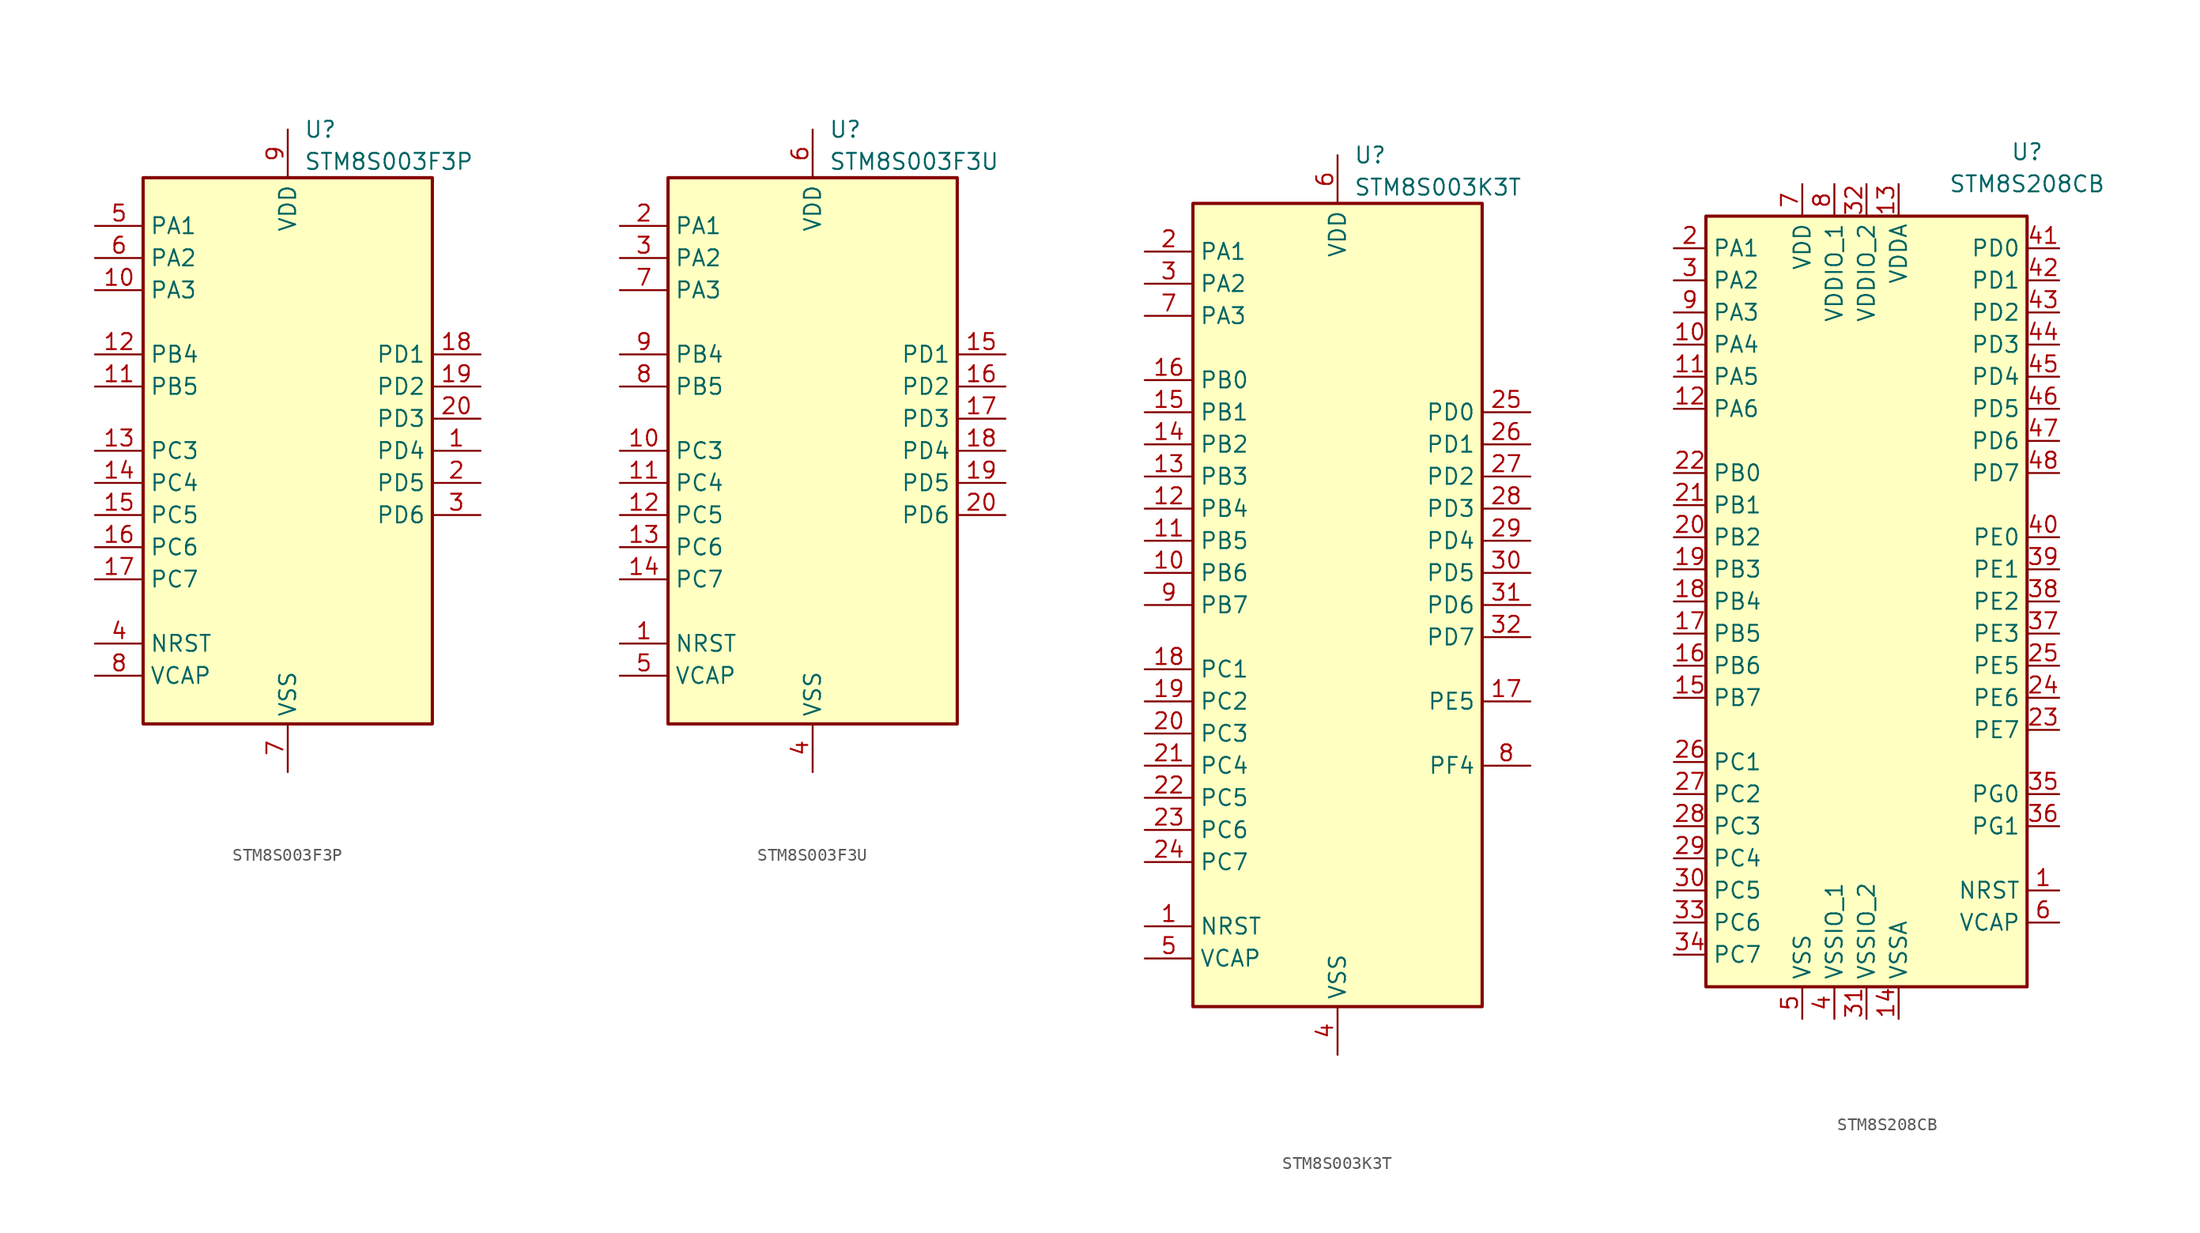
<source format=kicad_sym>
(kicad_symbol_lib
  (version 20201005)
  (generator kicad_symbol_editor)
  (symbol "MCU_ST_STM8:STM8S003F3P"
    (property "Reference" "U"
      (at 1.27 25.4 0)
      (effects (font (size 1.27 1.27)) (justify left)))
    (property "Value" "STM8S003F3P"
      (at 1.27 22.86 0)
      (effects (font (size 1.27 1.27)) (justify left)))
    (symbol "STM8S003F3P_0_1"
      (rectangle (start -11.43 21.59) (end 11.43 -21.59) (stroke (width 0.254)) (fill (type background))))
    (symbol "STM8S003F3P_1_1"
      (pin bidirectional line (at 15.24 0 180) (length 3.81) (name "PD4" (effects (font (size 1.27 1.27)))) (number "1" (effects (font (size 1.27 1.27)))))
      (pin bidirectional line (at -15.24 12.7 0) (length 3.81) (name "PA3" (effects (font (size 1.27 1.27)))) (number "10" (effects (font (size 1.27 1.27)))))
      (pin bidirectional line (at -15.24 5.08 0) (length 3.81) (name "PB5" (effects (font (size 1.27 1.27)))) (number "11" (effects (font (size 1.27 1.27)))))
      (pin bidirectional line (at -15.24 7.62 0) (length 3.81) (name "PB4" (effects (font (size 1.27 1.27)))) (number "12" (effects (font (size 1.27 1.27)))))
      (pin bidirectional line (at -15.24 0 0) (length 3.81) (name "PC3" (effects (font (size 1.27 1.27)))) (number "13" (effects (font (size 1.27 1.27)))))
      (pin bidirectional line (at -15.24 -2.54 0) (length 3.81) (name "PC4" (effects (font (size 1.27 1.27)))) (number "14" (effects (font (size 1.27 1.27)))))
      (pin bidirectional line (at -15.24 -5.08 0) (length 3.81) (name "PC5" (effects (font (size 1.27 1.27)))) (number "15" (effects (font (size 1.27 1.27)))))
      (pin bidirectional line (at -15.24 -7.62 0) (length 3.81) (name "PC6" (effects (font (size 1.27 1.27)))) (number "16" (effects (font (size 1.27 1.27)))))
      (pin bidirectional line (at -15.24 -10.16 0) (length 3.81) (name "PC7" (effects (font (size 1.27 1.27)))) (number "17" (effects (font (size 1.27 1.27)))))
      (pin bidirectional line (at 15.24 7.62 180) (length 3.81) (name "PD1" (effects (font (size 1.27 1.27)))) (number "18" (effects (font (size 1.27 1.27)))))
      (pin bidirectional line (at 15.24 5.08 180) (length 3.81) (name "PD2" (effects (font (size 1.27 1.27)))) (number "19" (effects (font (size 1.27 1.27)))))
      (pin bidirectional line (at 15.24 -2.54 180) (length 3.81) (name "PD5" (effects (font (size 1.27 1.27)))) (number "2" (effects (font (size 1.27 1.27)))))
      (pin bidirectional line (at 15.24 2.54 180) (length 3.81) (name "PD3" (effects (font (size 1.27 1.27)))) (number "20" (effects (font (size 1.27 1.27)))))
      (pin bidirectional line (at 15.24 -5.08 180) (length 3.81) (name "PD6" (effects (font (size 1.27 1.27)))) (number "3" (effects (font (size 1.27 1.27)))))
      (pin input line (at -15.24 -15.24 0) (length 3.81) (name "NRST" (effects (font (size 1.27 1.27)))) (number "4" (effects (font (size 1.27 1.27)))))
      (pin bidirectional line (at -15.24 17.78 0) (length 3.81) (name "PA1" (effects (font (size 1.27 1.27)))) (number "5" (effects (font (size 1.27 1.27)))))
      (pin bidirectional line (at -15.24 15.24 0) (length 3.81) (name "PA2" (effects (font (size 1.27 1.27)))) (number "6" (effects (font (size 1.27 1.27)))))
      (pin power_in line (at 0 -25.4 90) (length 3.81) (name "VSS" (effects (font (size 1.27 1.27)))) (number "7" (effects (font (size 1.27 1.27)))))
      (pin passive line (at -15.24 -17.78 0) (length 3.81) (name "VCAP" (effects (font (size 1.27 1.27)))) (number "8" (effects (font (size 1.27 1.27)))))
      (pin power_in line (at 0 25.4 270) (length 3.81) (name "VDD" (effects (font (size 1.27 1.27)))) (number "9" (effects (font (size 1.27 1.27)))))))
  (symbol "MCU_ST_STM8:STM8S003F3U"
    (property "Reference" "U"
      (at 1.27 25.4 0)
      (effects (font (size 1.27 1.27)) (justify left)))
    (property "Value" "STM8S003F3U"
      (at 1.27 22.86 0)
      (effects (font (size 1.27 1.27)) (justify left)))
    (symbol "STM8S003F3U_0_1"
      (rectangle (start -11.43 21.59) (end 11.43 -21.59) (stroke (width 0.254)) (fill (type background))))
    (symbol "STM8S003F3U_1_1"
      (pin input line (at -15.24 -15.24 0) (length 3.81) (name "NRST" (effects (font (size 1.27 1.27)))) (number "1" (effects (font (size 1.27 1.27)))))
      (pin bidirectional line (at -15.24 0 0) (length 3.81) (name "PC3" (effects (font (size 1.27 1.27)))) (number "10" (effects (font (size 1.27 1.27)))))
      (pin bidirectional line (at -15.24 -2.54 0) (length 3.81) (name "PC4" (effects (font (size 1.27 1.27)))) (number "11" (effects (font (size 1.27 1.27)))))
      (pin bidirectional line (at -15.24 -5.08 0) (length 3.81) (name "PC5" (effects (font (size 1.27 1.27)))) (number "12" (effects (font (size 1.27 1.27)))))
      (pin bidirectional line (at -15.24 -7.62 0) (length 3.81) (name "PC6" (effects (font (size 1.27 1.27)))) (number "13" (effects (font (size 1.27 1.27)))))
      (pin bidirectional line (at -15.24 -10.16 0) (length 3.81) (name "PC7" (effects (font (size 1.27 1.27)))) (number "14" (effects (font (size 1.27 1.27)))))
      (pin bidirectional line (at 15.24 7.62 180) (length 3.81) (name "PD1" (effects (font (size 1.27 1.27)))) (number "15" (effects (font (size 1.27 1.27)))))
      (pin bidirectional line (at 15.24 5.08 180) (length 3.81) (name "PD2" (effects (font (size 1.27 1.27)))) (number "16" (effects (font (size 1.27 1.27)))))
      (pin bidirectional line (at 15.24 2.54 180) (length 3.81) (name "PD3" (effects (font (size 1.27 1.27)))) (number "17" (effects (font (size 1.27 1.27)))))
      (pin bidirectional line (at 15.24 0 180) (length 3.81) (name "PD4" (effects (font (size 1.27 1.27)))) (number "18" (effects (font (size 1.27 1.27)))))
      (pin bidirectional line (at 15.24 -2.54 180) (length 3.81) (name "PD5" (effects (font (size 1.27 1.27)))) (number "19" (effects (font (size 1.27 1.27)))))
      (pin bidirectional line (at -15.24 17.78 0) (length 3.81) (name "PA1" (effects (font (size 1.27 1.27)))) (number "2" (effects (font (size 1.27 1.27)))))
      (pin bidirectional line (at 15.24 -5.08 180) (length 3.81) (name "PD6" (effects (font (size 1.27 1.27)))) (number "20" (effects (font (size 1.27 1.27)))))
      (pin bidirectional line (at -15.24 15.24 0) (length 3.81) (name "PA2" (effects (font (size 1.27 1.27)))) (number "3" (effects (font (size 1.27 1.27)))))
      (pin power_in line (at 0 -25.4 90) (length 3.81) (name "VSS" (effects (font (size 1.27 1.27)))) (number "4" (effects (font (size 1.27 1.27)))))
      (pin passive line (at -15.24 -17.78 0) (length 3.81) (name "VCAP" (effects (font (size 1.27 1.27)))) (number "5" (effects (font (size 1.27 1.27)))))
      (pin power_in line (at 0 25.4 270) (length 3.81) (name "VDD" (effects (font (size 1.27 1.27)))) (number "6" (effects (font (size 1.27 1.27)))))
      (pin bidirectional line (at -15.24 12.7 0) (length 3.81) (name "PA3" (effects (font (size 1.27 1.27)))) (number "7" (effects (font (size 1.27 1.27)))))
      (pin bidirectional line (at -15.24 5.08 0) (length 3.81) (name "PB5" (effects (font (size 1.27 1.27)))) (number "8" (effects (font (size 1.27 1.27)))))
      (pin bidirectional line (at -15.24 7.62 0) (length 3.81) (name "PB4" (effects (font (size 1.27 1.27)))) (number "9" (effects (font (size 1.27 1.27)))))))
  (symbol "MCU_ST_STM8:STM8S003K3T"
    (property "Reference" "U"
      (at 1.27 35.56 0)
      (effects (font (size 1.27 1.27)) (justify left)))
    (property "Value" "STM8S003K3T"
      (at 1.27 33.02 0)
      (effects (font (size 1.27 1.27)) (justify left)))
    (symbol "STM8S003K3T_0_1"
      (rectangle (start -11.43 31.75) (end 11.43 -31.75) (stroke (width 0.254)) (fill (type background))))
    (symbol "STM8S003K3T_1_1"
      (pin input line (at -15.24 -25.4 0) (length 3.81) (name "NRST" (effects (font (size 1.27 1.27)))) (number "1" (effects (font (size 1.27 1.27)))))
      (pin bidirectional line (at -15.24 2.54 0) (length 3.81) (name "PB6" (effects (font (size 1.27 1.27)))) (number "10" (effects (font (size 1.27 1.27)))))
      (pin bidirectional line (at -15.24 5.08 0) (length 3.81) (name "PB5" (effects (font (size 1.27 1.27)))) (number "11" (effects (font (size 1.27 1.27)))))
      (pin bidirectional line (at -15.24 7.62 0) (length 3.81) (name "PB4" (effects (font (size 1.27 1.27)))) (number "12" (effects (font (size 1.27 1.27)))))
      (pin bidirectional line (at -15.24 10.16 0) (length 3.81) (name "PB3" (effects (font (size 1.27 1.27)))) (number "13" (effects (font (size 1.27 1.27)))))
      (pin bidirectional line (at -15.24 12.7 0) (length 3.81) (name "PB2" (effects (font (size 1.27 1.27)))) (number "14" (effects (font (size 1.27 1.27)))))
      (pin bidirectional line (at -15.24 15.24 0) (length 3.81) (name "PB1" (effects (font (size 1.27 1.27)))) (number "15" (effects (font (size 1.27 1.27)))))
      (pin bidirectional line (at -15.24 17.78 0) (length 3.81) (name "PB0" (effects (font (size 1.27 1.27)))) (number "16" (effects (font (size 1.27 1.27)))))
      (pin bidirectional line (at 15.24 -7.62 180) (length 3.81) (name "PE5" (effects (font (size 1.27 1.27)))) (number "17" (effects (font (size 1.27 1.27)))))
      (pin bidirectional line (at -15.24 -5.08 0) (length 3.81) (name "PC1" (effects (font (size 1.27 1.27)))) (number "18" (effects (font (size 1.27 1.27)))))
      (pin bidirectional line (at -15.24 -7.62 0) (length 3.81) (name "PC2" (effects (font (size 1.27 1.27)))) (number "19" (effects (font (size 1.27 1.27)))))
      (pin bidirectional line (at -15.24 27.94 0) (length 3.81) (name "PA1" (effects (font (size 1.27 1.27)))) (number "2" (effects (font (size 1.27 1.27)))))
      (pin bidirectional line (at -15.24 -10.16 0) (length 3.81) (name "PC3" (effects (font (size 1.27 1.27)))) (number "20" (effects (font (size 1.27 1.27)))))
      (pin bidirectional line (at -15.24 -12.7 0) (length 3.81) (name "PC4" (effects (font (size 1.27 1.27)))) (number "21" (effects (font (size 1.27 1.27)))))
      (pin bidirectional line (at -15.24 -15.24 0) (length 3.81) (name "PC5" (effects (font (size 1.27 1.27)))) (number "22" (effects (font (size 1.27 1.27)))))
      (pin bidirectional line (at -15.24 -17.78 0) (length 3.81) (name "PC6" (effects (font (size 1.27 1.27)))) (number "23" (effects (font (size 1.27 1.27)))))
      (pin bidirectional line (at -15.24 -20.32 0) (length 3.81) (name "PC7" (effects (font (size 1.27 1.27)))) (number "24" (effects (font (size 1.27 1.27)))))
      (pin bidirectional line (at 15.24 15.24 180) (length 3.81) (name "PD0" (effects (font (size 1.27 1.27)))) (number "25" (effects (font (size 1.27 1.27)))))
      (pin bidirectional line (at 15.24 12.7 180) (length 3.81) (name "PD1" (effects (font (size 1.27 1.27)))) (number "26" (effects (font (size 1.27 1.27)))))
      (pin bidirectional line (at 15.24 10.16 180) (length 3.81) (name "PD2" (effects (font (size 1.27 1.27)))) (number "27" (effects (font (size 1.27 1.27)))))
      (pin bidirectional line (at 15.24 7.62 180) (length 3.81) (name "PD3" (effects (font (size 1.27 1.27)))) (number "28" (effects (font (size 1.27 1.27)))))
      (pin bidirectional line (at 15.24 5.08 180) (length 3.81) (name "PD4" (effects (font (size 1.27 1.27)))) (number "29" (effects (font (size 1.27 1.27)))))
      (pin bidirectional line (at -15.24 25.4 0) (length 3.81) (name "PA2" (effects (font (size 1.27 1.27)))) (number "3" (effects (font (size 1.27 1.27)))))
      (pin bidirectional line (at 15.24 2.54 180) (length 3.81) (name "PD5" (effects (font (size 1.27 1.27)))) (number "30" (effects (font (size 1.27 1.27)))))
      (pin bidirectional line (at 15.24 0 180) (length 3.81) (name "PD6" (effects (font (size 1.27 1.27)))) (number "31" (effects (font (size 1.27 1.27)))))
      (pin bidirectional line (at 15.24 -2.54 180) (length 3.81) (name "PD7" (effects (font (size 1.27 1.27)))) (number "32" (effects (font (size 1.27 1.27)))))
      (pin power_in line (at 0 -35.56 90) (length 3.81) (name "VSS" (effects (font (size 1.27 1.27)))) (number "4" (effects (font (size 1.27 1.27)))))
      (pin input line (at -15.24 -27.94 0) (length 3.81) (name "VCAP" (effects (font (size 1.27 1.27)))) (number "5" (effects (font (size 1.27 1.27)))))
      (pin power_in line (at 0 35.56 270) (length 3.81) (name "VDD" (effects (font (size 1.27 1.27)))) (number "6" (effects (font (size 1.27 1.27)))))
      (pin bidirectional line (at -15.24 22.86 0) (length 3.81) (name "PA3" (effects (font (size 1.27 1.27)))) (number "7" (effects (font (size 1.27 1.27)))))
      (pin bidirectional line (at 15.24 -12.7 180) (length 3.81) (name "PF4" (effects (font (size 1.27 1.27)))) (number "8" (effects (font (size 1.27 1.27)))))
      (pin bidirectional line (at -15.24 0 0) (length 3.81) (name "PB7" (effects (font (size 1.27 1.27)))) (number "9" (effects (font (size 1.27 1.27)))))))
  (symbol "MCU_ST_STM8:STM8S208CB"
    (property "Reference" "U"
      (at 12.7 35.56 0)
      (effects (font (size 1.27 1.27))))
    (property "Value" "STM8S208CB"
      (at 12.7 33.02 0)
      (effects (font (size 1.27 1.27))))
    (symbol "STM8S208CB_0_1"
      (rectangle (start -12.7 -30.48) (end 12.7 30.48) (stroke (width 0.254)) (fill (type background))))
    (symbol "STM8S208CB_1_1"
      (pin input line (at 15.24 -22.86 180) (length 2.54) (name "NRST" (effects (font (size 1.27 1.27)))) (number "1" (effects (font (size 1.27 1.27)))))
      (pin bidirectional line (at -15.24 20.32 0) (length 2.54) (name "PA4" (effects (font (size 1.27 1.27)))) (number "10" (effects (font (size 1.27 1.27)))))
      (pin bidirectional line (at -15.24 17.78 0) (length 2.54) (name "PA5" (effects (font (size 1.27 1.27)))) (number "11" (effects (font (size 1.27 1.27)))))
      (pin bidirectional line (at -15.24 15.24 0) (length 2.54) (name "PA6" (effects (font (size 1.27 1.27)))) (number "12" (effects (font (size 1.27 1.27)))))
      (pin power_in line (at 2.54 33.02 270) (length 2.54) (name "VDDA" (effects (font (size 1.27 1.27)))) (number "13" (effects (font (size 1.27 1.27)))))
      (pin power_in line (at 2.54 -33.02 90) (length 2.54) (name "VSSA" (effects (font (size 1.27 1.27)))) (number "14" (effects (font (size 1.27 1.27)))))
      (pin bidirectional line (at -15.24 -7.62 0) (length 2.54) (name "PB7" (effects (font (size 1.27 1.27)))) (number "15" (effects (font (size 1.27 1.27)))))
      (pin bidirectional line (at -15.24 -5.08 0) (length 2.54) (name "PB6" (effects (font (size 1.27 1.27)))) (number "16" (effects (font (size 1.27 1.27)))))
      (pin bidirectional line (at -15.24 -2.54 0) (length 2.54) (name "PB5" (effects (font (size 1.27 1.27)))) (number "17" (effects (font (size 1.27 1.27)))))
      (pin bidirectional line (at -15.24 0 0) (length 2.54) (name "PB4" (effects (font (size 1.27 1.27)))) (number "18" (effects (font (size 1.27 1.27)))))
      (pin bidirectional line (at -15.24 2.54 0) (length 2.54) (name "PB3" (effects (font (size 1.27 1.27)))) (number "19" (effects (font (size 1.27 1.27)))))
      (pin bidirectional line (at -15.24 27.94 0) (length 2.54) (name "PA1" (effects (font (size 1.27 1.27)))) (number "2" (effects (font (size 1.27 1.27)))))
      (pin bidirectional line (at -15.24 5.08 0) (length 2.54) (name "PB2" (effects (font (size 1.27 1.27)))) (number "20" (effects (font (size 1.27 1.27)))))
      (pin bidirectional line (at -15.24 7.62 0) (length 2.54) (name "PB1" (effects (font (size 1.27 1.27)))) (number "21" (effects (font (size 1.27 1.27)))))
      (pin bidirectional line (at -15.24 10.16 0) (length 2.54) (name "PB0" (effects (font (size 1.27 1.27)))) (number "22" (effects (font (size 1.27 1.27)))))
      (pin bidirectional line (at 15.24 -10.16 180) (length 2.54) (name "PE7" (effects (font (size 1.27 1.27)))) (number "23" (effects (font (size 1.27 1.27)))))
      (pin bidirectional line (at 15.24 -7.62 180) (length 2.54) (name "PE6" (effects (font (size 1.27 1.27)))) (number "24" (effects (font (size 1.27 1.27)))))
      (pin bidirectional line (at 15.24 -5.08 180) (length 2.54) (name "PE5" (effects (font (size 1.27 1.27)))) (number "25" (effects (font (size 1.27 1.27)))))
      (pin bidirectional line (at -15.24 -12.7 0) (length 2.54) (name "PC1" (effects (font (size 1.27 1.27)))) (number "26" (effects (font (size 1.27 1.27)))))
      (pin bidirectional line (at -15.24 -15.24 0) (length 2.54) (name "PC2" (effects (font (size 1.27 1.27)))) (number "27" (effects (font (size 1.27 1.27)))))
      (pin bidirectional line (at -15.24 -17.78 0) (length 2.54) (name "PC3" (effects (font (size 1.27 1.27)))) (number "28" (effects (font (size 1.27 1.27)))))
      (pin bidirectional line (at -15.24 -20.32 0) (length 2.54) (name "PC4" (effects (font (size 1.27 1.27)))) (number "29" (effects (font (size 1.27 1.27)))))
      (pin bidirectional line (at -15.24 25.4 0) (length 2.54) (name "PA2" (effects (font (size 1.27 1.27)))) (number "3" (effects (font (size 1.27 1.27)))))
      (pin bidirectional line (at -15.24 -22.86 0) (length 2.54) (name "PC5" (effects (font (size 1.27 1.27)))) (number "30" (effects (font (size 1.27 1.27)))))
      (pin power_in line (at 0 -33.02 90) (length 2.54) (name "VSSIO_2" (effects (font (size 1.27 1.27)))) (number "31" (effects (font (size 1.27 1.27)))))
      (pin power_in line (at 0 33.02 270) (length 2.54) (name "VDDIO_2" (effects (font (size 1.27 1.27)))) (number "32" (effects (font (size 1.27 1.27)))))
      (pin bidirectional line (at -15.24 -25.4 0) (length 2.54) (name "PC6" (effects (font (size 1.27 1.27)))) (number "33" (effects (font (size 1.27 1.27)))))
      (pin bidirectional line (at -15.24 -27.94 0) (length 2.54) (name "PC7" (effects (font (size 1.27 1.27)))) (number "34" (effects (font (size 1.27 1.27)))))
      (pin bidirectional line (at 15.24 -15.24 180) (length 2.54) (name "PG0" (effects (font (size 1.27 1.27)))) (number "35" (effects (font (size 1.27 1.27)))))
      (pin bidirectional line (at 15.24 -17.78 180) (length 2.54) (name "PG1" (effects (font (size 1.27 1.27)))) (number "36" (effects (font (size 1.27 1.27)))))
      (pin bidirectional line (at 15.24 -2.54 180) (length 2.54) (name "PE3" (effects (font (size 1.27 1.27)))) (number "37" (effects (font (size 1.27 1.27)))))
      (pin bidirectional line (at 15.24 0 180) (length 2.54) (name "PE2" (effects (font (size 1.27 1.27)))) (number "38" (effects (font (size 1.27 1.27)))))
      (pin bidirectional line (at 15.24 2.54 180) (length 2.54) (name "PE1" (effects (font (size 1.27 1.27)))) (number "39" (effects (font (size 1.27 1.27)))))
      (pin power_in line (at -2.54 -33.02 90) (length 2.54) (name "VSSIO_1" (effects (font (size 1.27 1.27)))) (number "4" (effects (font (size 1.27 1.27)))))
      (pin bidirectional line (at 15.24 5.08 180) (length 2.54) (name "PE0" (effects (font (size 1.27 1.27)))) (number "40" (effects (font (size 1.27 1.27)))))
      (pin bidirectional line (at 15.24 27.94 180) (length 2.54) (name "PD0" (effects (font (size 1.27 1.27)))) (number "41" (effects (font (size 1.27 1.27)))))
      (pin bidirectional line (at 15.24 25.4 180) (length 2.54) (name "PD1" (effects (font (size 1.27 1.27)))) (number "42" (effects (font (size 1.27 1.27)))))
      (pin bidirectional line (at 15.24 22.86 180) (length 2.54) (name "PD2" (effects (font (size 1.27 1.27)))) (number "43" (effects (font (size 1.27 1.27)))))
      (pin bidirectional line (at 15.24 20.32 180) (length 2.54) (name "PD3" (effects (font (size 1.27 1.27)))) (number "44" (effects (font (size 1.27 1.27)))))
      (pin bidirectional line (at 15.24 17.78 180) (length 2.54) (name "PD4" (effects (font (size 1.27 1.27)))) (number "45" (effects (font (size 1.27 1.27)))))
      (pin bidirectional line (at 15.24 15.24 180) (length 2.54) (name "PD5" (effects (font (size 1.27 1.27)))) (number "46" (effects (font (size 1.27 1.27)))))
      (pin bidirectional line (at 15.24 12.7 180) (length 2.54) (name "PD6" (effects (font (size 1.27 1.27)))) (number "47" (effects (font (size 1.27 1.27)))))
      (pin bidirectional line (at 15.24 10.16 180) (length 2.54) (name "PD7" (effects (font (size 1.27 1.27)))) (number "48" (effects (font (size 1.27 1.27)))))
      (pin power_in line (at -5.08 -33.02 90) (length 2.54) (name "VSS" (effects (font (size 1.27 1.27)))) (number "5" (effects (font (size 1.27 1.27)))))
      (pin input line (at 15.24 -25.4 180) (length 2.54) (name "VCAP" (effects (font (size 1.27 1.27)))) (number "6" (effects (font (size 1.27 1.27)))))
      (pin power_in line (at -5.08 33.02 270) (length 2.54) (name "VDD" (effects (font (size 1.27 1.27)))) (number "7" (effects (font (size 1.27 1.27)))))
      (pin power_in line (at -2.54 33.02 270) (length 2.54) (name "VDDIO_1" (effects (font (size 1.27 1.27)))) (number "8" (effects (font (size 1.27 1.27)))))
      (pin bidirectional line (at -15.24 22.86 0) (length 2.54) (name "PA3" (effects (font (size 1.27 1.27)))) (number "9" (effects (font (size 1.27 1.27))))))))
</source>
